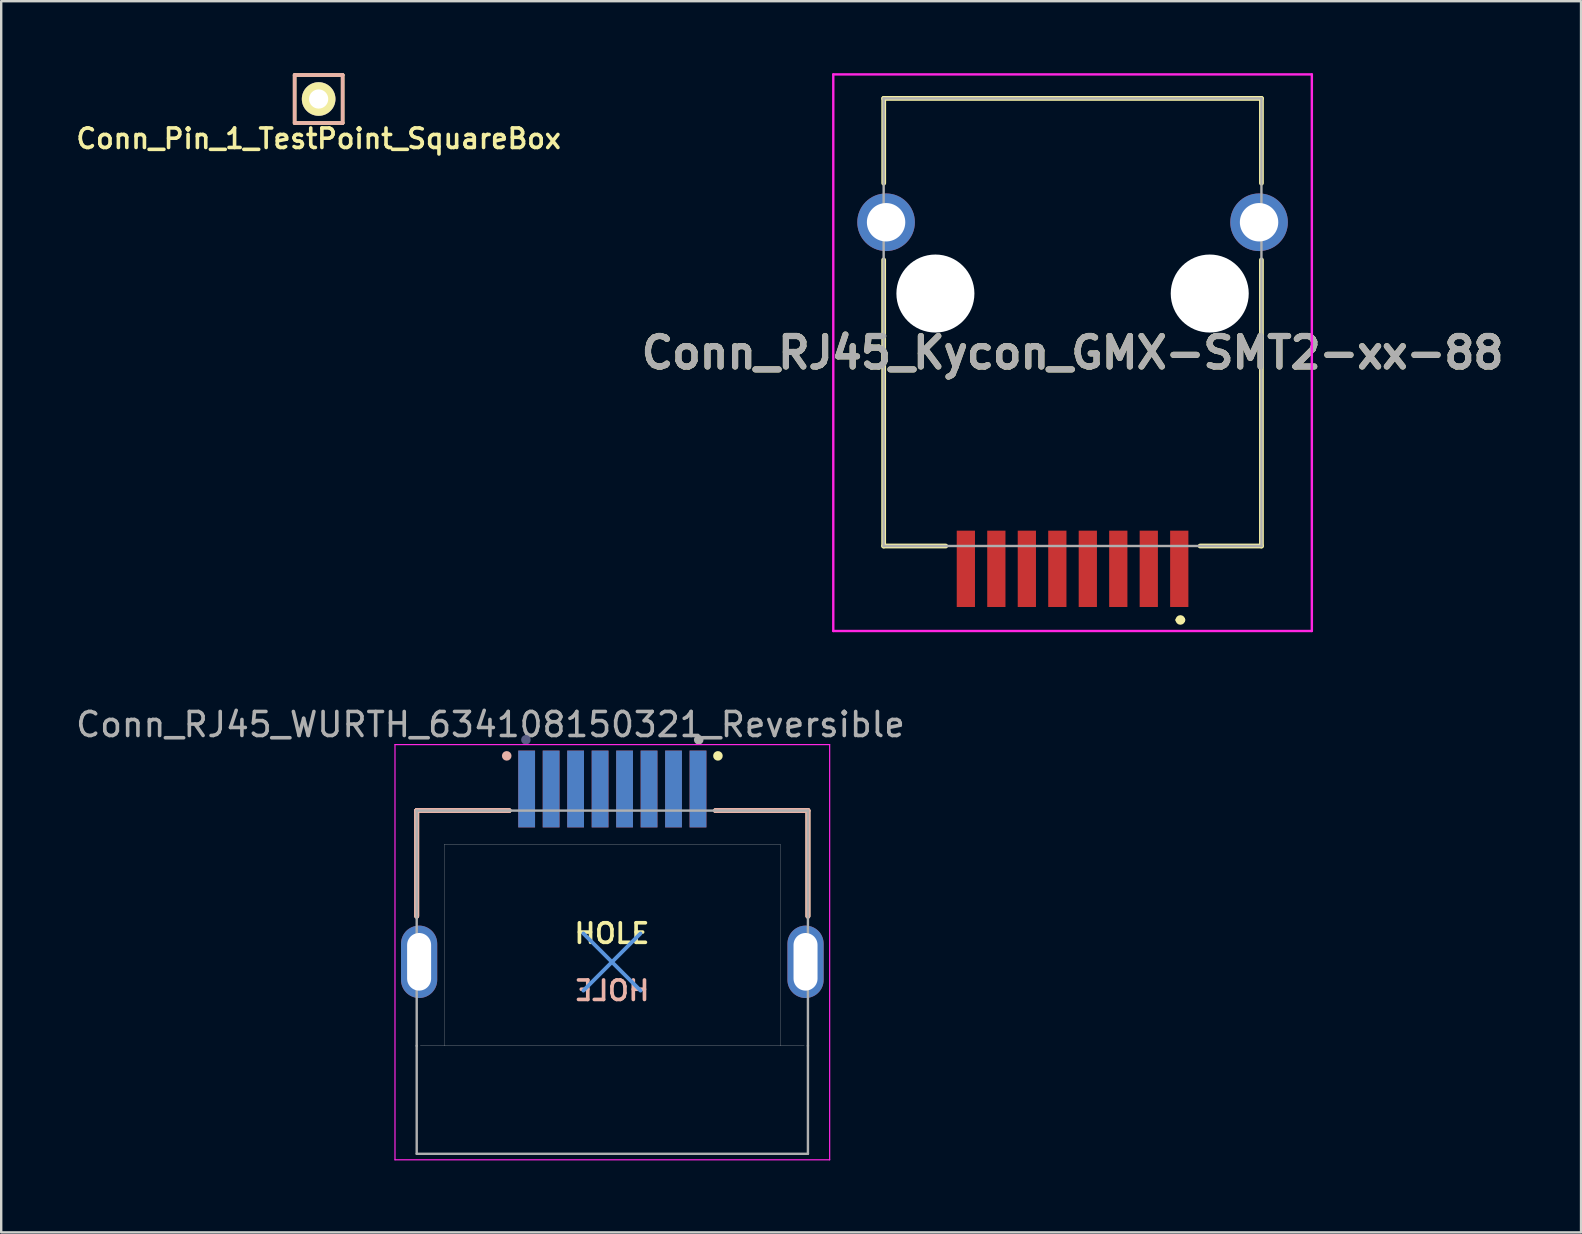
<source format=kicad_pcb>
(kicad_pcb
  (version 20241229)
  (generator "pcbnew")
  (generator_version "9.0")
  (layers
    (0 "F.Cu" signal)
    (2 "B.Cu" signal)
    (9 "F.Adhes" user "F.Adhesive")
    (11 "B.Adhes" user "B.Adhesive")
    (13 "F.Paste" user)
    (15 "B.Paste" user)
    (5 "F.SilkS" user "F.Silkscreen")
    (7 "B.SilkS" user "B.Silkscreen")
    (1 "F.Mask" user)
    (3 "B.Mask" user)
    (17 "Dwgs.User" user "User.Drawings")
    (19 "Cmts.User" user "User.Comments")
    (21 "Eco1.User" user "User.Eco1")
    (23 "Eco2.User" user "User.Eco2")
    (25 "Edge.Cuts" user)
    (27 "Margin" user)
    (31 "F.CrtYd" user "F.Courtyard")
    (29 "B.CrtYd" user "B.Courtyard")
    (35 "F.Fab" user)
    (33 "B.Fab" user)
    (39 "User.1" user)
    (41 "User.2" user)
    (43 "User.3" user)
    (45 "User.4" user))
  (footprint "Conn_RJ45_WURTH_634108150321_Reversible"
    (layer "F.Cu")
    (at 22.462 37.023)
    (property "Reference" "Conn_RJ45_WURTH_634108150321_Reversible" (at -5.075 -9.885 0) (layer "F.Fab") (effects (font (size 1 1) (thickness 0.15))))
    (attr smd)
    (fp_line (start -8.15 -6.3) (end -8.15 -1.9) (stroke (width 0.2) (type solid)) (layer "F.SilkS"))
    (fp_line (start -4.3 -6.3) (end -8.15 -6.3) (stroke (width 0.2) (type solid)) (layer "F.SilkS"))
    (fp_line (start 4.3 -6.3) (end 8.15 -6.3) (stroke (width 0.2) (type solid)) (layer "F.SilkS"))
    (fp_line (start 8.15 -6.3) (end 8.15 -1.9) (stroke (width 0.2) (type solid)) (layer "F.SilkS"))
    (fp_circle (center 4.4 -8.58) (end 4.5 -8.58) (stroke (width 0.2) (type solid)) (fill no) (layer "F.SilkS"))
    (fp_line (start -8.15 -6.3) (end -8.15 -1.9) (stroke (width 0.2) (type solid)) (layer "B.SilkS"))
    (fp_line (start -8.15 -6.3) (end -8.15 -1.9) (stroke (width 0.2) (type solid)) (layer "B.SilkS"))
    (fp_line (start -4.3 -6.3) (end -8.15 -6.3) (stroke (width 0.2) (type solid)) (layer "B.SilkS"))
    (fp_line (start -4.3 -6.3) (end -8.15 -6.3) (stroke (width 0.2) (type solid)) (layer "B.SilkS"))
    (fp_line (start 4.3 -6.3) (end 8.15 -6.3) (stroke (width 0.2) (type solid)) (layer "B.SilkS"))
    (fp_line (start 4.3 -6.3) (end 8.15 -6.3) (stroke (width 0.2) (type solid)) (layer "B.SilkS"))
    (fp_line (start 8.15 -6.3) (end 8.15 -1.9) (stroke (width 0.2) (type solid)) (layer "B.SilkS"))
    (fp_line (start 8.15 -6.3) (end 8.15 -1.9) (stroke (width 0.2) (type solid)) (layer "B.SilkS"))
    (fp_circle (center -4.4 -8.58) (end -4.3 -8.58) (stroke (width 0.2) (type solid)) (fill no) (layer "B.SilkS"))
    (fp_line (start -8 3.5) (end -7 3.5) (stroke (width 0.01) (type solid)) (layer "Dwgs.User"))
    (fp_line (start -7 -4.9) (end -7 3.5) (stroke (width 0.01) (type solid)) (layer "Dwgs.User"))
    (fp_line (start -7 -4.9) (end 7 -4.9) (stroke (width 0.01) (type solid)) (layer "Dwgs.User"))
    (fp_line (start -7 3.5) (end 7 3.5) (stroke (width 0.01) (type solid)) (layer "Dwgs.User"))
    (fp_line (start 7 -4.9) (end 7 3.5) (stroke (width 0.01) (type solid)) (layer "Dwgs.User"))
    (fp_line (start 7 3.5) (end 8 3.5) (stroke (width 0.01) (type solid)) (layer "Dwgs.User"))
    (fp_line (start -1.206 -1.181) (end 1.175 1.2) (stroke (width 0.16) (type solid)) (layer "Cmts.User"))
    (fp_line (start -1.206 1.2) (end 1.175 -1.181) (stroke (width 0.16) (type solid)) (layer "Cmts.User"))
    (fp_line (start -9.055 -9.05) (end 9.055 -9.05) (stroke (width 0.05) (type solid)) (layer "F.CrtYd"))
    (fp_line (start -9.055 8.25) (end -9.055 -9.05) (stroke (width 0.05) (type solid)) (layer "F.CrtYd"))
    (fp_line (start 9.055 -9.05) (end 9.055 8.25) (stroke (width 0.05) (type solid)) (layer "F.CrtYd"))
    (fp_line (start 9.055 8.25) (end -9.055 8.25) (stroke (width 0.05) (type solid)) (layer "F.CrtYd"))
    (fp_circle (center -3.6 -9.25) (end -3.7 -9.25) (stroke (width 0.2) (type solid)) (fill no) (layer "B.Fab"))
    (fp_line (start -8.15 -6.3) (end 8.15 -6.3) (stroke (width 0.1) (type solid)) (layer "F.Fab"))
    (fp_line (start -8.15 3.5) (end -8.15 -6.3) (stroke (width 0.1) (type solid)) (layer "F.Fab"))
    (fp_line (start -8.15 8) (end -8.15 3.5) (stroke (width 0.1) (type solid)) (layer "F.Fab"))
    (fp_line (start 8.15 3.5) (end 8.15 -6.3) (stroke (width 0.1) (type solid)) (layer "F.Fab"))
    (fp_line (start 8.15 8) (end -8.15 8) (stroke (width 0.1) (type solid)) (layer "F.Fab"))
    (fp_line (start 8.15 8) (end 8.15 3.5) (stroke (width 0.1) (type solid)) (layer "F.Fab"))
    (fp_circle (center 3.6 -9.25) (end 3.7 -9.25) (stroke (width 0.2) (type solid)) (fill no) (layer "F.Fab"))
    (fp_text user "HOLE" (at -0.016 -1.181 0) (layer "F.SilkS") (effects (font (size 0.813 0.813) (thickness 0.152))))
    (fp_text user "HOLE" (at -0.016 1.2 0) (layer "B.SilkS") (effects (font (size 0.813 0.813) (thickness 0.152)) (justify mirror)))
    (pad "1" smd rect (at -3.57 -7.2) (size 0.7 3.2) (layers "B.Cu" "B.Mask" "B.Paste"))
    (pad "1" smd rect (at 3.57 -7.2) (size 0.7 3.2) (layers "F.Cu" "F.Mask" "F.Paste"))
    (pad "2" smd rect (at -2.55 -7.2) (size 0.7 3.2) (layers "B.Cu" "B.Mask" "B.Paste"))
    (pad "2" smd rect (at 2.55 -7.2) (size 0.7 3.2) (layers "F.Cu" "F.Mask" "F.Paste"))
    (pad "3" smd rect (at -1.53 -7.2) (size 0.7 3.2) (layers "B.Cu" "B.Mask" "B.Paste"))
    (pad "3" smd rect (at 1.53 -7.2) (size 0.7 3.2) (layers "F.Cu" "F.Mask" "F.Paste"))
    (pad "4" smd rect (at -0.51 -7.2) (size 0.7 3.2) (layers "B.Cu" "B.Mask" "B.Paste"))
    (pad "4" smd rect (at 0.51 -7.2) (size 0.7 3.2) (layers "F.Cu" "F.Mask" "F.Paste"))
    (pad "5" smd rect (at -0.51 -7.2) (size 0.7 3.2) (layers "F.Cu" "F.Mask" "F.Paste"))
    (pad "5" smd rect (at 0.51 -7.2) (size 0.7 3.2) (layers "B.Cu" "B.Mask" "B.Paste"))
    (pad "6" smd rect (at -1.53 -7.2) (size 0.7 3.2) (layers "F.Cu" "F.Mask" "F.Paste"))
    (pad "6" smd rect (at 1.53 -7.2) (size 0.7 3.2) (layers "B.Cu" "B.Mask" "B.Paste"))
    (pad "7" smd rect (at -2.55 -7.2) (size 0.7 3.2) (layers "F.Cu" "F.Mask" "F.Paste"))
    (pad "7" smd rect (at 2.55 -7.2) (size 0.7 3.2) (layers "B.Cu" "B.Mask" "B.Paste"))
    (pad "8" smd rect (at -3.57 -7.2) (size 0.7 3.2) (layers "F.Cu" "F.Mask" "F.Paste"))
    (pad "8" smd rect (at 3.57 -7.2) (size 0.7 3.2) (layers "B.Cu" "B.Mask" "B.Paste"))
    (pad "SH" thru_hole oval (at -8.05 0) (size 1.508 3.016) (drill oval 1 2.4) (layers "*.Cu" "*.Mask"))
    (pad "SH" thru_hole oval (at 8.05 0) (size 1.508 3.016) (drill oval 1 2.4) (layers "*.Cu" "*.Mask")))
  (footprint "Conn_Pin_1_TestPoint_SquareBox"
    (layer "F.Cu")
    (at 10.226 1.075)
    (property "Reference" "Conn_Pin_1_TestPoint_SquareBox" (at 0 1.651 0) (layer "F.SilkS") (effects (font (size 0.813 0.813) (thickness 0.15))))
    (attr through_hole)
    (fp_line (start -1 -1) (end -1 1) (stroke (width 0.15) (type solid)) (layer "F.SilkS"))
    (fp_line (start -1 1) (end 1 1) (stroke (width 0.15) (type solid)) (layer "F.SilkS"))
    (fp_line (start 1 -1) (end -1 -1) (stroke (width 0.15) (type solid)) (layer "F.SilkS"))
    (fp_line (start 1 1) (end 1 -1) (stroke (width 0.15) (type solid)) (layer "F.SilkS"))
    (fp_line (start -1 -1) (end 1 -1) (stroke (width 0.15) (type solid)) (layer "B.SilkS"))
    (fp_line (start -1 1) (end -1 -1) (stroke (width 0.15) (type solid)) (layer "B.SilkS"))
    (fp_line (start 1 -1) (end 1 1) (stroke (width 0.15) (type solid)) (layer "B.SilkS"))
    (fp_line (start 1 1) (end -1 1) (stroke (width 0.15) (type solid)) (layer "B.SilkS"))
    (pad "1" thru_hole circle (at 0 0) (size 1.4 1.4) (drill 0.8) (layers "*.Cu" "*.Mask" "F.SilkS")))
  (footprint "Conn_RJ45_Kycon_GMX-SMT2-xx-88"
    (layer "F.Cu")
    (at 41.638 9.18)
    (property "Reference" "Conn_RJ45_Kycon_GMX-SMT2-xx-88" (at 0 2.465 0) (layer "F.SilkS") (effects (font (size 1.27 1.27) (thickness 0.254))))
    (attr smd)
    (fp_line (start -7.871 -1.4) (end -7.871 10.52) (stroke (width 0.2) (type solid)) (layer "F.SilkS"))
    (fp_line (start -7.871 10.52) (end -5.285 10.52) (stroke (width 0.2) (type solid)) (layer "F.SilkS"))
    (fp_line (start -7.869 -8.13) (end -7.869 -4.6) (stroke (width 0.2) (type solid)) (layer "F.SilkS"))
    (fp_line (start -7.869 -8.13) (end 7.869 -8.13) (stroke (width 0.2) (type solid)) (layer "F.SilkS"))
    (fp_line (start 4.392 13.6) (end 4.392 13.6) (stroke (width 0.2) (type solid)) (layer "F.SilkS"))
    (fp_line (start 4.592 13.6) (end 4.592 13.6) (stroke (width 0.2) (type solid)) (layer "F.SilkS"))
    (fp_line (start 7.869 -8.13) (end 7.869 -4.6) (stroke (width 0.2) (type solid)) (layer "F.SilkS"))
    (fp_line (start 7.869 -1.4) (end 7.869 10.52) (stroke (width 0.2) (type solid)) (layer "F.SilkS"))
    (fp_line (start 7.869 10.52) (end 5.314 10.52) (stroke (width 0.2) (type solid)) (layer "F.SilkS"))
    (fp_arc (start 4.392 13.6) (mid 4.492 13.5) (end 4.592 13.6) (stroke (width 0.2) (type solid)) (layer "F.SilkS"))
    (fp_arc (start 4.592 13.6) (mid 4.492 13.7) (end 4.392 13.6) (stroke (width 0.2) (type solid)) (layer "F.SilkS"))
    (fp_line (start -9.97 -9.13) (end 9.969 -9.13) (stroke (width 0.1) (type solid)) (layer "F.CrtYd"))
    (fp_line (start -9.97 14.06) (end -9.97 -9.13) (stroke (width 0.1) (type solid)) (layer "F.CrtYd"))
    (fp_line (start 9.969 -9.13) (end 9.969 14.06) (stroke (width 0.1) (type solid)) (layer "F.CrtYd"))
    (fp_line (start 9.969 14.06) (end -9.97 14.06) (stroke (width 0.1) (type solid)) (layer "F.CrtYd"))
    (fp_line (start -7.871 -8.13) (end 7.869 -8.13) (stroke (width 0.1) (type solid)) (layer "F.Fab"))
    (fp_line (start -7.871 10.52) (end -7.871 -8.13) (stroke (width 0.1) (type solid)) (layer "F.Fab"))
    (fp_line (start 7.869 -8.13) (end 7.869 10.52) (stroke (width 0.1) (type solid)) (layer "F.Fab"))
    (fp_line (start 7.869 10.52) (end -7.871 10.52) (stroke (width 0.1) (type solid)) (layer "F.Fab"))
    (fp_text user "${REFERENCE}" (at 0 2.465 0) (layer "F.Fab") (effects (font (size 1.27 1.27) (thickness 0.254))))
    (pad "" np_thru_hole circle (at -5.715 0) (size 3.25 3.25) (drill 3.25) (layers "*.Cu" "*.Mask"))
    (pad "" np_thru_hole circle (at 5.715 0) (size 3.25 3.25) (drill 3.25) (layers "*.Cu" "*.Mask"))
    (pad "1" smd rect (at 4.445 11.47) (size 0.76 3.18) (layers "F.Cu" "F.Mask" "F.Paste"))
    (pad "2" smd rect (at 3.175 11.47) (size 0.76 3.18) (layers "F.Cu" "F.Mask" "F.Paste"))
    (pad "3" smd rect (at 1.905 11.47) (size 0.76 3.18) (layers "F.Cu" "F.Mask" "F.Paste"))
    (pad "4" smd rect (at 0.635 11.47) (size 0.76 3.18) (layers "F.Cu" "F.Mask" "F.Paste"))
    (pad "5" smd rect (at -0.635 11.47) (size 0.76 3.18) (layers "F.Cu" "F.Mask" "F.Paste"))
    (pad "6" smd rect (at -1.905 11.47) (size 0.76 3.18) (layers "F.Cu" "F.Mask" "F.Paste"))
    (pad "7" smd rect (at -3.176 11.47) (size 0.76 3.18) (layers "F.Cu" "F.Mask" "F.Paste"))
    (pad "8" smd rect (at -4.446 11.47) (size 0.76 3.18) (layers "F.Cu" "F.Mask" "F.Paste"))
    (pad "MH3" thru_hole circle (at 7.77 -2.97) (size 2.4 2.4) (drill 1.6) (layers "*.Cu" "*.Mask"))
    (pad "MH4" thru_hole circle (at -7.77 -2.97) (size 2.4 2.4) (drill 1.6) (layers "*.Cu" "*.Mask")))
  (gr_rect
    (start -3 -3)
    (end 62.823 48.298)
    (stroke (width 0.1) (type default))
    (fill no)
    (layer "Edge.Cuts")))
</source>
